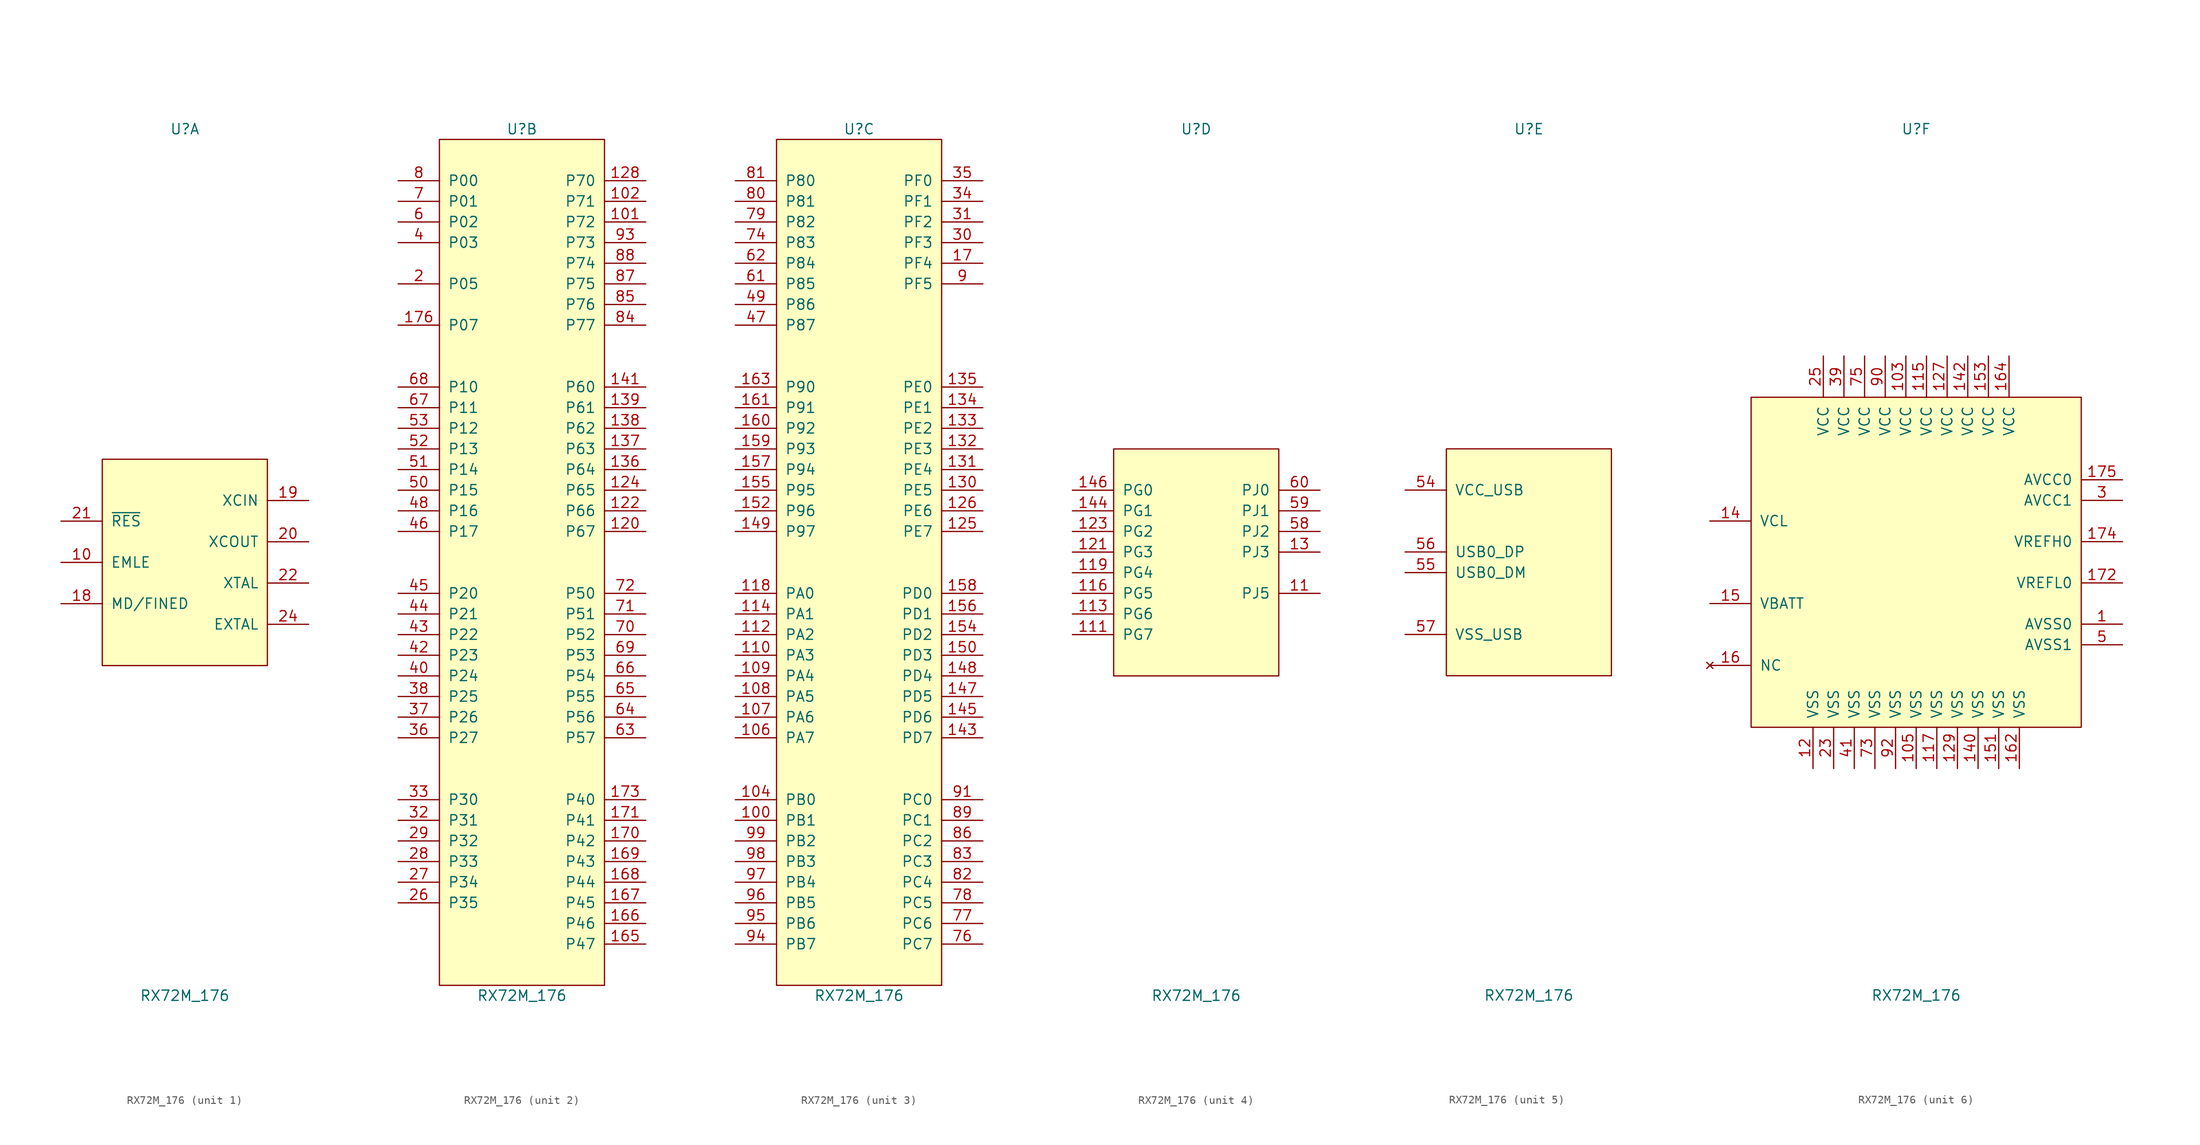
<source format=kicad_sym>
(kicad_symbol_lib
  (version 20211014)
  (generator kicad_symbol_editor)
  (symbol "RX72M_176"
    (pin_names
      (offset 1.016))
    (property "Reference" "U"
      (at 0 53.34 0)
      (effects (font (size 1.27 1.27))))
    (property "Value" "RX72M_176"
      (at 0 -53.34 0)
      (effects (font (size 1.27 1.27))))
    (property "ki_locked" ""
      (at 0 0 0)
      (effects (font (size 1.27 1.27))))
    (symbol "RX72M_176_1_1"
      (rectangle (start -10.16 12.7) (end 10.16 -12.7) (stroke (width 0) (type default) (color 0 0 0 0)) (fill (type background)))
      (pin bidirectional line (at -15.24 0 0) (length 5.08) (name "EMLE" (effects (font (size 1.27 1.27)))) (number "10" (effects (font (size 1.27 1.27)))))
      (pin bidirectional line (at -15.24 -5.08 0) (length 5.08) (name "MD/FINED" (effects (font (size 1.27 1.27)))) (number "18" (effects (font (size 1.27 1.27)))))
      (pin passive line (at 15.24 7.62 180) (length 5.08) (name "XCIN" (effects (font (size 1.27 1.27)))) (number "19" (effects (font (size 1.27 1.27)))))
      (pin passive line (at 15.24 2.54 180) (length 5.08) (name "XCOUT" (effects (font (size 1.27 1.27)))) (number "20" (effects (font (size 1.27 1.27)))))
      (pin input line (at -15.24 5.08 0) (length 5.08) (name "~{RES}" (effects (font (size 1.27 1.27)))) (number "21" (effects (font (size 1.27 1.27)))))
      (pin passive line (at 15.24 -2.54 180) (length 5.08) (name "XTAL" (effects (font (size 1.27 1.27)))) (number "22" (effects (font (size 1.27 1.27)))))
      (pin passive line (at 15.24 -7.62 180) (length 5.08) (name "EXTAL" (effects (font (size 1.27 1.27)))) (number "24" (effects (font (size 1.27 1.27))))))
    (symbol "RX72M_176_2_1"
      (rectangle (start -10.16 52.07) (end 10.16 -52.07) (stroke (width 0) (type default) (color 0 0 0 0)) (fill (type background)))
      (pin bidirectional line (at 15.24 41.91 180) (length 5.08) (name "P72" (effects (font (size 1.27 1.27)))) (number "101" (effects (font (size 1.27 1.27)))))
      (pin bidirectional line (at 15.24 44.45 180) (length 5.08) (name "P71" (effects (font (size 1.27 1.27)))) (number "102" (effects (font (size 1.27 1.27)))))
      (pin bidirectional line (at 15.24 3.81 180) (length 5.08) (name "P67" (effects (font (size 1.27 1.27)))) (number "120" (effects (font (size 1.27 1.27)))))
      (pin bidirectional line (at 15.24 6.35 180) (length 5.08) (name "P66" (effects (font (size 1.27 1.27)))) (number "122" (effects (font (size 1.27 1.27)))))
      (pin bidirectional line (at 15.24 8.89 180) (length 5.08) (name "P65" (effects (font (size 1.27 1.27)))) (number "124" (effects (font (size 1.27 1.27)))))
      (pin bidirectional line (at 15.24 46.99 180) (length 5.08) (name "P70" (effects (font (size 1.27 1.27)))) (number "128" (effects (font (size 1.27 1.27)))))
      (pin bidirectional line (at 15.24 11.43 180) (length 5.08) (name "P64" (effects (font (size 1.27 1.27)))) (number "136" (effects (font (size 1.27 1.27)))))
      (pin bidirectional line (at 15.24 13.97 180) (length 5.08) (name "P63" (effects (font (size 1.27 1.27)))) (number "137" (effects (font (size 1.27 1.27)))))
      (pin bidirectional line (at 15.24 16.51 180) (length 5.08) (name "P62" (effects (font (size 1.27 1.27)))) (number "138" (effects (font (size 1.27 1.27)))))
      (pin bidirectional line (at 15.24 19.05 180) (length 5.08) (name "P61" (effects (font (size 1.27 1.27)))) (number "139" (effects (font (size 1.27 1.27)))))
      (pin bidirectional line (at 15.24 21.59 180) (length 5.08) (name "P60" (effects (font (size 1.27 1.27)))) (number "141" (effects (font (size 1.27 1.27)))))
      (pin bidirectional line (at 15.24 -46.99 180) (length 5.08) (name "P47" (effects (font (size 1.27 1.27)))) (number "165" (effects (font (size 1.27 1.27)))))
      (pin bidirectional line (at 15.24 -44.45 180) (length 5.08) (name "P46" (effects (font (size 1.27 1.27)))) (number "166" (effects (font (size 1.27 1.27)))))
      (pin bidirectional line (at 15.24 -41.91 180) (length 5.08) (name "P45" (effects (font (size 1.27 1.27)))) (number "167" (effects (font (size 1.27 1.27)))))
      (pin bidirectional line (at 15.24 -39.37 180) (length 5.08) (name "P44" (effects (font (size 1.27 1.27)))) (number "168" (effects (font (size 1.27 1.27)))))
      (pin bidirectional line (at 15.24 -36.83 180) (length 5.08) (name "P43" (effects (font (size 1.27 1.27)))) (number "169" (effects (font (size 1.27 1.27)))))
      (pin bidirectional line (at 15.24 -34.29 180) (length 5.08) (name "P42" (effects (font (size 1.27 1.27)))) (number "170" (effects (font (size 1.27 1.27)))))
      (pin bidirectional line (at 15.24 -31.75 180) (length 5.08) (name "P41" (effects (font (size 1.27 1.27)))) (number "171" (effects (font (size 1.27 1.27)))))
      (pin bidirectional line (at 15.24 -29.21 180) (length 5.08) (name "P40" (effects (font (size 1.27 1.27)))) (number "173" (effects (font (size 1.27 1.27)))))
      (pin bidirectional line (at -15.24 29.21 0) (length 5.08) (name "P07" (effects (font (size 1.27 1.27)))) (number "176" (effects (font (size 1.27 1.27)))))
      (pin bidirectional line (at -15.24 34.29 0) (length 5.08) (name "P05" (effects (font (size 1.27 1.27)))) (number "2" (effects (font (size 1.27 1.27)))))
      (pin bidirectional line (at -15.24 -41.91 0) (length 5.08) (name "P35" (effects (font (size 1.27 1.27)))) (number "26" (effects (font (size 1.27 1.27)))))
      (pin bidirectional line (at -15.24 -39.37 0) (length 5.08) (name "P34" (effects (font (size 1.27 1.27)))) (number "27" (effects (font (size 1.27 1.27)))))
      (pin bidirectional line (at -15.24 -36.83 0) (length 5.08) (name "P33" (effects (font (size 1.27 1.27)))) (number "28" (effects (font (size 1.27 1.27)))))
      (pin bidirectional line (at -15.24 -34.29 0) (length 5.08) (name "P32" (effects (font (size 1.27 1.27)))) (number "29" (effects (font (size 1.27 1.27)))))
      (pin bidirectional line (at -15.24 -31.75 0) (length 5.08) (name "P31" (effects (font (size 1.27 1.27)))) (number "32" (effects (font (size 1.27 1.27)))))
      (pin bidirectional line (at -15.24 -29.21 0) (length 5.08) (name "P30" (effects (font (size 1.27 1.27)))) (number "33" (effects (font (size 1.27 1.27)))))
      (pin bidirectional line (at -15.24 -21.59 0) (length 5.08) (name "P27" (effects (font (size 1.27 1.27)))) (number "36" (effects (font (size 1.27 1.27)))))
      (pin bidirectional line (at -15.24 -19.05 0) (length 5.08) (name "P26" (effects (font (size 1.27 1.27)))) (number "37" (effects (font (size 1.27 1.27)))))
      (pin bidirectional line (at -15.24 -16.51 0) (length 5.08) (name "P25" (effects (font (size 1.27 1.27)))) (number "38" (effects (font (size 1.27 1.27)))))
      (pin bidirectional line (at -15.24 39.37 0) (length 5.08) (name "P03" (effects (font (size 1.27 1.27)))) (number "4" (effects (font (size 1.27 1.27)))))
      (pin bidirectional line (at -15.24 -13.97 0) (length 5.08) (name "P24" (effects (font (size 1.27 1.27)))) (number "40" (effects (font (size 1.27 1.27)))))
      (pin bidirectional line (at -15.24 -11.43 0) (length 5.08) (name "P23" (effects (font (size 1.27 1.27)))) (number "42" (effects (font (size 1.27 1.27)))))
      (pin bidirectional line (at -15.24 -8.89 0) (length 5.08) (name "P22" (effects (font (size 1.27 1.27)))) (number "43" (effects (font (size 1.27 1.27)))))
      (pin bidirectional line (at -15.24 -6.35 0) (length 5.08) (name "P21" (effects (font (size 1.27 1.27)))) (number "44" (effects (font (size 1.27 1.27)))))
      (pin bidirectional line (at -15.24 -3.81 0) (length 5.08) (name "P20" (effects (font (size 1.27 1.27)))) (number "45" (effects (font (size 1.27 1.27)))))
      (pin bidirectional line (at -15.24 3.81 0) (length 5.08) (name "P17" (effects (font (size 1.27 1.27)))) (number "46" (effects (font (size 1.27 1.27)))))
      (pin bidirectional line (at -15.24 6.35 0) (length 5.08) (name "P16" (effects (font (size 1.27 1.27)))) (number "48" (effects (font (size 1.27 1.27)))))
      (pin bidirectional line (at -15.24 8.89 0) (length 5.08) (name "P15" (effects (font (size 1.27 1.27)))) (number "50" (effects (font (size 1.27 1.27)))))
      (pin bidirectional line (at -15.24 11.43 0) (length 5.08) (name "P14" (effects (font (size 1.27 1.27)))) (number "51" (effects (font (size 1.27 1.27)))))
      (pin bidirectional line (at -15.24 13.97 0) (length 5.08) (name "P13" (effects (font (size 1.27 1.27)))) (number "52" (effects (font (size 1.27 1.27)))))
      (pin bidirectional line (at -15.24 16.51 0) (length 5.08) (name "P12" (effects (font (size 1.27 1.27)))) (number "53" (effects (font (size 1.27 1.27)))))
      (pin bidirectional line (at -15.24 41.91 0) (length 5.08) (name "P02" (effects (font (size 1.27 1.27)))) (number "6" (effects (font (size 1.27 1.27)))))
      (pin bidirectional line (at 15.24 -21.59 180) (length 5.08) (name "P57" (effects (font (size 1.27 1.27)))) (number "63" (effects (font (size 1.27 1.27)))))
      (pin bidirectional line (at 15.24 -19.05 180) (length 5.08) (name "P56" (effects (font (size 1.27 1.27)))) (number "64" (effects (font (size 1.27 1.27)))))
      (pin bidirectional line (at 15.24 -16.51 180) (length 5.08) (name "P55" (effects (font (size 1.27 1.27)))) (number "65" (effects (font (size 1.27 1.27)))))
      (pin bidirectional line (at 15.24 -13.97 180) (length 5.08) (name "P54" (effects (font (size 1.27 1.27)))) (number "66" (effects (font (size 1.27 1.27)))))
      (pin bidirectional line (at -15.24 19.05 0) (length 5.08) (name "P11" (effects (font (size 1.27 1.27)))) (number "67" (effects (font (size 1.27 1.27)))))
      (pin bidirectional line (at -15.24 21.59 0) (length 5.08) (name "P10" (effects (font (size 1.27 1.27)))) (number "68" (effects (font (size 1.27 1.27)))))
      (pin bidirectional line (at 15.24 -11.43 180) (length 5.08) (name "P53" (effects (font (size 1.27 1.27)))) (number "69" (effects (font (size 1.27 1.27)))))
      (pin bidirectional line (at -15.24 44.45 0) (length 5.08) (name "P01" (effects (font (size 1.27 1.27)))) (number "7" (effects (font (size 1.27 1.27)))))
      (pin bidirectional line (at 15.24 -8.89 180) (length 5.08) (name "P52" (effects (font (size 1.27 1.27)))) (number "70" (effects (font (size 1.27 1.27)))))
      (pin bidirectional line (at 15.24 -6.35 180) (length 5.08) (name "P51" (effects (font (size 1.27 1.27)))) (number "71" (effects (font (size 1.27 1.27)))))
      (pin bidirectional line (at 15.24 -3.81 180) (length 5.08) (name "P50" (effects (font (size 1.27 1.27)))) (number "72" (effects (font (size 1.27 1.27)))))
      (pin bidirectional line (at -15.24 46.99 0) (length 5.08) (name "P00" (effects (font (size 1.27 1.27)))) (number "8" (effects (font (size 1.27 1.27)))))
      (pin bidirectional line (at 15.24 29.21 180) (length 5.08) (name "P77" (effects (font (size 1.27 1.27)))) (number "84" (effects (font (size 1.27 1.27)))))
      (pin bidirectional line (at 15.24 31.75 180) (length 5.08) (name "P76" (effects (font (size 1.27 1.27)))) (number "85" (effects (font (size 1.27 1.27)))))
      (pin bidirectional line (at 15.24 34.29 180) (length 5.08) (name "P75" (effects (font (size 1.27 1.27)))) (number "87" (effects (font (size 1.27 1.27)))))
      (pin bidirectional line (at 15.24 36.83 180) (length 5.08) (name "P74" (effects (font (size 1.27 1.27)))) (number "88" (effects (font (size 1.27 1.27)))))
      (pin bidirectional line (at 15.24 39.37 180) (length 5.08) (name "P73" (effects (font (size 1.27 1.27)))) (number "93" (effects (font (size 1.27 1.27))))))
    (symbol "RX72M_176_3_1"
      (rectangle (start -10.16 52.07) (end 10.16 -52.07) (stroke (width 0) (type default) (color 0 0 0 0)) (fill (type background)))
      (pin bidirectional line (at -15.24 -31.75 0) (length 5.08) (name "PB1" (effects (font (size 1.27 1.27)))) (number "100" (effects (font (size 1.27 1.27)))))
      (pin bidirectional line (at -15.24 -29.21 0) (length 5.08) (name "PB0" (effects (font (size 1.27 1.27)))) (number "104" (effects (font (size 1.27 1.27)))))
      (pin bidirectional line (at -15.24 -21.59 0) (length 5.08) (name "PA7" (effects (font (size 1.27 1.27)))) (number "106" (effects (font (size 1.27 1.27)))))
      (pin bidirectional line (at -15.24 -19.05 0) (length 5.08) (name "PA6" (effects (font (size 1.27 1.27)))) (number "107" (effects (font (size 1.27 1.27)))))
      (pin bidirectional line (at -15.24 -16.51 0) (length 5.08) (name "PA5" (effects (font (size 1.27 1.27)))) (number "108" (effects (font (size 1.27 1.27)))))
      (pin bidirectional line (at -15.24 -13.97 0) (length 5.08) (name "PA4" (effects (font (size 1.27 1.27)))) (number "109" (effects (font (size 1.27 1.27)))))
      (pin bidirectional line (at -15.24 -11.43 0) (length 5.08) (name "PA3" (effects (font (size 1.27 1.27)))) (number "110" (effects (font (size 1.27 1.27)))))
      (pin bidirectional line (at -15.24 -8.89 0) (length 5.08) (name "PA2" (effects (font (size 1.27 1.27)))) (number "112" (effects (font (size 1.27 1.27)))))
      (pin bidirectional line (at -15.24 -6.35 0) (length 5.08) (name "PA1" (effects (font (size 1.27 1.27)))) (number "114" (effects (font (size 1.27 1.27)))))
      (pin bidirectional line (at -15.24 -3.81 0) (length 5.08) (name "PA0" (effects (font (size 1.27 1.27)))) (number "118" (effects (font (size 1.27 1.27)))))
      (pin bidirectional line (at 15.24 3.81 180) (length 5.08) (name "PE7" (effects (font (size 1.27 1.27)))) (number "125" (effects (font (size 1.27 1.27)))))
      (pin bidirectional line (at 15.24 6.35 180) (length 5.08) (name "PE6" (effects (font (size 1.27 1.27)))) (number "126" (effects (font (size 1.27 1.27)))))
      (pin bidirectional line (at 15.24 8.89 180) (length 5.08) (name "PE5" (effects (font (size 1.27 1.27)))) (number "130" (effects (font (size 1.27 1.27)))))
      (pin bidirectional line (at 15.24 11.43 180) (length 5.08) (name "PE4" (effects (font (size 1.27 1.27)))) (number "131" (effects (font (size 1.27 1.27)))))
      (pin bidirectional line (at 15.24 13.97 180) (length 5.08) (name "PE3" (effects (font (size 1.27 1.27)))) (number "132" (effects (font (size 1.27 1.27)))))
      (pin bidirectional line (at 15.24 16.51 180) (length 5.08) (name "PE2" (effects (font (size 1.27 1.27)))) (number "133" (effects (font (size 1.27 1.27)))))
      (pin bidirectional line (at 15.24 19.05 180) (length 5.08) (name "PE1" (effects (font (size 1.27 1.27)))) (number "134" (effects (font (size 1.27 1.27)))))
      (pin bidirectional line (at 15.24 21.59 180) (length 5.08) (name "PE0" (effects (font (size 1.27 1.27)))) (number "135" (effects (font (size 1.27 1.27)))))
      (pin bidirectional line (at 15.24 -21.59 180) (length 5.08) (name "PD7" (effects (font (size 1.27 1.27)))) (number "143" (effects (font (size 1.27 1.27)))))
      (pin bidirectional line (at 15.24 -19.05 180) (length 5.08) (name "PD6" (effects (font (size 1.27 1.27)))) (number "145" (effects (font (size 1.27 1.27)))))
      (pin bidirectional line (at 15.24 -16.51 180) (length 5.08) (name "PD5" (effects (font (size 1.27 1.27)))) (number "147" (effects (font (size 1.27 1.27)))))
      (pin bidirectional line (at 15.24 -13.97 180) (length 5.08) (name "PD4" (effects (font (size 1.27 1.27)))) (number "148" (effects (font (size 1.27 1.27)))))
      (pin bidirectional line (at -15.24 3.81 0) (length 5.08) (name "P97" (effects (font (size 1.27 1.27)))) (number "149" (effects (font (size 1.27 1.27)))))
      (pin bidirectional line (at 15.24 -11.43 180) (length 5.08) (name "PD3" (effects (font (size 1.27 1.27)))) (number "150" (effects (font (size 1.27 1.27)))))
      (pin bidirectional line (at -15.24 6.35 0) (length 5.08) (name "P96" (effects (font (size 1.27 1.27)))) (number "152" (effects (font (size 1.27 1.27)))))
      (pin bidirectional line (at 15.24 -8.89 180) (length 5.08) (name "PD2" (effects (font (size 1.27 1.27)))) (number "154" (effects (font (size 1.27 1.27)))))
      (pin bidirectional line (at -15.24 8.89 0) (length 5.08) (name "P95" (effects (font (size 1.27 1.27)))) (number "155" (effects (font (size 1.27 1.27)))))
      (pin bidirectional line (at 15.24 -6.35 180) (length 5.08) (name "PD1" (effects (font (size 1.27 1.27)))) (number "156" (effects (font (size 1.27 1.27)))))
      (pin bidirectional line (at -15.24 11.43 0) (length 5.08) (name "P94" (effects (font (size 1.27 1.27)))) (number "157" (effects (font (size 1.27 1.27)))))
      (pin bidirectional line (at 15.24 -3.81 180) (length 5.08) (name "PD0" (effects (font (size 1.27 1.27)))) (number "158" (effects (font (size 1.27 1.27)))))
      (pin bidirectional line (at -15.24 13.97 0) (length 5.08) (name "P93" (effects (font (size 1.27 1.27)))) (number "159" (effects (font (size 1.27 1.27)))))
      (pin bidirectional line (at -15.24 16.51 0) (length 5.08) (name "P92" (effects (font (size 1.27 1.27)))) (number "160" (effects (font (size 1.27 1.27)))))
      (pin bidirectional line (at -15.24 19.05 0) (length 5.08) (name "P91" (effects (font (size 1.27 1.27)))) (number "161" (effects (font (size 1.27 1.27)))))
      (pin bidirectional line (at -15.24 21.59 0) (length 5.08) (name "P90" (effects (font (size 1.27 1.27)))) (number "163" (effects (font (size 1.27 1.27)))))
      (pin bidirectional line (at 15.24 36.83 180) (length 5.08) (name "PF4" (effects (font (size 1.27 1.27)))) (number "17" (effects (font (size 1.27 1.27)))))
      (pin bidirectional line (at 15.24 39.37 180) (length 5.08) (name "PF3" (effects (font (size 1.27 1.27)))) (number "30" (effects (font (size 1.27 1.27)))))
      (pin bidirectional line (at 15.24 41.91 180) (length 5.08) (name "PF2" (effects (font (size 1.27 1.27)))) (number "31" (effects (font (size 1.27 1.27)))))
      (pin bidirectional line (at 15.24 44.45 180) (length 5.08) (name "PF1" (effects (font (size 1.27 1.27)))) (number "34" (effects (font (size 1.27 1.27)))))
      (pin bidirectional line (at 15.24 46.99 180) (length 5.08) (name "PF0" (effects (font (size 1.27 1.27)))) (number "35" (effects (font (size 1.27 1.27)))))
      (pin bidirectional line (at -15.24 29.21 0) (length 5.08) (name "P87" (effects (font (size 1.27 1.27)))) (number "47" (effects (font (size 1.27 1.27)))))
      (pin bidirectional line (at -15.24 31.75 0) (length 5.08) (name "P86" (effects (font (size 1.27 1.27)))) (number "49" (effects (font (size 1.27 1.27)))))
      (pin bidirectional line (at -15.24 34.29 0) (length 5.08) (name "P85" (effects (font (size 1.27 1.27)))) (number "61" (effects (font (size 1.27 1.27)))))
      (pin bidirectional line (at -15.24 36.83 0) (length 5.08) (name "P84" (effects (font (size 1.27 1.27)))) (number "62" (effects (font (size 1.27 1.27)))))
      (pin bidirectional line (at -15.24 39.37 0) (length 5.08) (name "P83" (effects (font (size 1.27 1.27)))) (number "74" (effects (font (size 1.27 1.27)))))
      (pin bidirectional line (at 15.24 -46.99 180) (length 5.08) (name "PC7" (effects (font (size 1.27 1.27)))) (number "76" (effects (font (size 1.27 1.27)))))
      (pin bidirectional line (at 15.24 -44.45 180) (length 5.08) (name "PC6" (effects (font (size 1.27 1.27)))) (number "77" (effects (font (size 1.27 1.27)))))
      (pin bidirectional line (at 15.24 -41.91 180) (length 5.08) (name "PC5" (effects (font (size 1.27 1.27)))) (number "78" (effects (font (size 1.27 1.27)))))
      (pin bidirectional line (at -15.24 41.91 0) (length 5.08) (name "P82" (effects (font (size 1.27 1.27)))) (number "79" (effects (font (size 1.27 1.27)))))
      (pin bidirectional line (at -15.24 44.45 0) (length 5.08) (name "P81" (effects (font (size 1.27 1.27)))) (number "80" (effects (font (size 1.27 1.27)))))
      (pin bidirectional line (at -15.24 46.99 0) (length 5.08) (name "P80" (effects (font (size 1.27 1.27)))) (number "81" (effects (font (size 1.27 1.27)))))
      (pin bidirectional line (at 15.24 -39.37 180) (length 5.08) (name "PC4" (effects (font (size 1.27 1.27)))) (number "82" (effects (font (size 1.27 1.27)))))
      (pin bidirectional line (at 15.24 -36.83 180) (length 5.08) (name "PC3" (effects (font (size 1.27 1.27)))) (number "83" (effects (font (size 1.27 1.27)))))
      (pin bidirectional line (at 15.24 -34.29 180) (length 5.08) (name "PC2" (effects (font (size 1.27 1.27)))) (number "86" (effects (font (size 1.27 1.27)))))
      (pin bidirectional line (at 15.24 -31.75 180) (length 5.08) (name "PC1" (effects (font (size 1.27 1.27)))) (number "89" (effects (font (size 1.27 1.27)))))
      (pin bidirectional line (at 15.24 34.29 180) (length 5.08) (name "PF5" (effects (font (size 1.27 1.27)))) (number "9" (effects (font (size 1.27 1.27)))))
      (pin bidirectional line (at 15.24 -29.21 180) (length 5.08) (name "PC0" (effects (font (size 1.27 1.27)))) (number "91" (effects (font (size 1.27 1.27)))))
      (pin bidirectional line (at -15.24 -46.99 0) (length 5.08) (name "PB7" (effects (font (size 1.27 1.27)))) (number "94" (effects (font (size 1.27 1.27)))))
      (pin bidirectional line (at -15.24 -44.45 0) (length 5.08) (name "PB6" (effects (font (size 1.27 1.27)))) (number "95" (effects (font (size 1.27 1.27)))))
      (pin bidirectional line (at -15.24 -41.91 0) (length 5.08) (name "PB5" (effects (font (size 1.27 1.27)))) (number "96" (effects (font (size 1.27 1.27)))))
      (pin bidirectional line (at -15.24 -39.37 0) (length 5.08) (name "PB4" (effects (font (size 1.27 1.27)))) (number "97" (effects (font (size 1.27 1.27)))))
      (pin bidirectional line (at -15.24 -36.83 0) (length 5.08) (name "PB3" (effects (font (size 1.27 1.27)))) (number "98" (effects (font (size 1.27 1.27)))))
      (pin bidirectional line (at -15.24 -34.29 0) (length 5.08) (name "PB2" (effects (font (size 1.27 1.27)))) (number "99" (effects (font (size 1.27 1.27))))))
    (symbol "RX72M_176_4_1"
      (rectangle (start -10.16 13.97) (end 10.16 -13.97) (stroke (width 0) (type default) (color 0 0 0 0)) (fill (type background)))
      (pin bidirectional line (at 15.24 -3.81 180) (length 5.08) (name "PJ5" (effects (font (size 1.27 1.27)))) (number "11" (effects (font (size 1.27 1.27)))))
      (pin bidirectional line (at -15.24 -8.89 0) (length 5.08) (name "PG7" (effects (font (size 1.27 1.27)))) (number "111" (effects (font (size 1.27 1.27)))))
      (pin bidirectional line (at -15.24 -6.35 0) (length 5.08) (name "PG6" (effects (font (size 1.27 1.27)))) (number "113" (effects (font (size 1.27 1.27)))))
      (pin bidirectional line (at -15.24 -3.81 0) (length 5.08) (name "PG5" (effects (font (size 1.27 1.27)))) (number "116" (effects (font (size 1.27 1.27)))))
      (pin bidirectional line (at -15.24 -1.27 0) (length 5.08) (name "PG4" (effects (font (size 1.27 1.27)))) (number "119" (effects (font (size 1.27 1.27)))))
      (pin bidirectional line (at -15.24 1.27 0) (length 5.08) (name "PG3" (effects (font (size 1.27 1.27)))) (number "121" (effects (font (size 1.27 1.27)))))
      (pin bidirectional line (at -15.24 3.81 0) (length 5.08) (name "PG2" (effects (font (size 1.27 1.27)))) (number "123" (effects (font (size 1.27 1.27)))))
      (pin bidirectional line (at 15.24 1.27 180) (length 5.08) (name "PJ3" (effects (font (size 1.27 1.27)))) (number "13" (effects (font (size 1.27 1.27)))))
      (pin bidirectional line (at -15.24 6.35 0) (length 5.08) (name "PG1" (effects (font (size 1.27 1.27)))) (number "144" (effects (font (size 1.27 1.27)))))
      (pin bidirectional line (at -15.24 8.89 0) (length 5.08) (name "PG0" (effects (font (size 1.27 1.27)))) (number "146" (effects (font (size 1.27 1.27)))))
      (pin bidirectional line (at 15.24 3.81 180) (length 5.08) (name "PJ2" (effects (font (size 1.27 1.27)))) (number "58" (effects (font (size 1.27 1.27)))))
      (pin bidirectional line (at 15.24 6.35 180) (length 5.08) (name "PJ1" (effects (font (size 1.27 1.27)))) (number "59" (effects (font (size 1.27 1.27)))))
      (pin bidirectional line (at 15.24 8.89 180) (length 5.08) (name "PJ0" (effects (font (size 1.27 1.27)))) (number "60" (effects (font (size 1.27 1.27))))))
    (symbol "RX72M_176_5_1"
      (rectangle (start -10.16 13.97) (end 10.16 -13.97) (stroke (width 0) (type default) (color 0 0 0 0)) (fill (type background)))
      (pin input line (at -15.24 8.89 0) (length 5.08) (name "VCC_USB" (effects (font (size 1.27 1.27)))) (number "54" (effects (font (size 1.27 1.27)))))
      (pin input line (at -15.24 -1.27 0) (length 5.08) (name "USB0_DM" (effects (font (size 1.27 1.27)))) (number "55" (effects (font (size 1.27 1.27)))))
      (pin input line (at -15.24 1.27 0) (length 5.08) (name "USB0_DP" (effects (font (size 1.27 1.27)))) (number "56" (effects (font (size 1.27 1.27)))))
      (pin input line (at -15.24 -8.89 0) (length 5.08) (name "VSS_USB" (effects (font (size 1.27 1.27)))) (number "57" (effects (font (size 1.27 1.27))))))
    (symbol "RX72M_176_6_1"
      (rectangle (start -20.32 20.32) (end 20.32 -20.32) (stroke (width 0) (type default) (color 0 0 0 0)) (fill (type background)))
      (pin input line (at 25.4 -7.62 180) (length 5.08) (name "AVSS0" (effects (font (size 1.27 1.27)))) (number "1" (effects (font (size 1.27 1.27)))))
      (pin power_in line (at -1.27 25.4 270) (length 5.08) (name "VCC" (effects (font (size 1.27 1.27)))) (number "103" (effects (font (size 1.27 1.27)))))
      (pin power_in line (at 0 -25.4 90) (length 5.08) (name "VSS" (effects (font (size 1.27 1.27)))) (number "105" (effects (font (size 1.27 1.27)))))
      (pin power_in line (at 1.27 25.4 270) (length 5.08) (name "VCC" (effects (font (size 1.27 1.27)))) (number "115" (effects (font (size 1.27 1.27)))))
      (pin power_in line (at 2.54 -25.4 90) (length 5.08) (name "VSS" (effects (font (size 1.27 1.27)))) (number "117" (effects (font (size 1.27 1.27)))))
      (pin power_in line (at -12.7 -25.4 90) (length 5.08) (name "VSS" (effects (font (size 1.27 1.27)))) (number "12" (effects (font (size 1.27 1.27)))))
      (pin power_in line (at 3.81 25.4 270) (length 5.08) (name "VCC" (effects (font (size 1.27 1.27)))) (number "127" (effects (font (size 1.27 1.27)))))
      (pin power_in line (at 5.08 -25.4 90) (length 5.08) (name "VSS" (effects (font (size 1.27 1.27)))) (number "129" (effects (font (size 1.27 1.27)))))
      (pin input line (at -25.4 5.08 0) (length 5.08) (name "VCL" (effects (font (size 1.27 1.27)))) (number "14" (effects (font (size 1.27 1.27)))))
      (pin power_in line (at 7.62 -25.4 90) (length 5.08) (name "VSS" (effects (font (size 1.27 1.27)))) (number "140" (effects (font (size 1.27 1.27)))))
      (pin power_in line (at 6.35 25.4 270) (length 5.08) (name "VCC" (effects (font (size 1.27 1.27)))) (number "142" (effects (font (size 1.27 1.27)))))
      (pin input line (at -25.4 -5.08 0) (length 5.08) (name "VBATT" (effects (font (size 1.27 1.27)))) (number "15" (effects (font (size 1.27 1.27)))))
      (pin power_in line (at 10.16 -25.4 90) (length 5.08) (name "VSS" (effects (font (size 1.27 1.27)))) (number "151" (effects (font (size 1.27 1.27)))))
      (pin power_in line (at 8.89 25.4 270) (length 5.08) (name "VCC" (effects (font (size 1.27 1.27)))) (number "153" (effects (font (size 1.27 1.27)))))
      (pin no_connect line (at -25.4 -12.7 0) (length 5.08) (name "NC" (effects (font (size 1.27 1.27)))) (number "16" (effects (font (size 1.27 1.27)))))
      (pin power_in line (at 12.7 -25.4 90) (length 5.08) (name "VSS" (effects (font (size 1.27 1.27)))) (number "162" (effects (font (size 1.27 1.27)))))
      (pin power_in line (at 11.43 25.4 270) (length 5.08) (name "VCC" (effects (font (size 1.27 1.27)))) (number "164" (effects (font (size 1.27 1.27)))))
      (pin input line (at 25.4 -2.54 180) (length 5.08) (name "VREFL0" (effects (font (size 1.27 1.27)))) (number "172" (effects (font (size 1.27 1.27)))))
      (pin input line (at 25.4 2.54 180) (length 5.08) (name "VREFH0" (effects (font (size 1.27 1.27)))) (number "174" (effects (font (size 1.27 1.27)))))
      (pin input line (at 25.4 10.16 180) (length 5.08) (name "AVCC0" (effects (font (size 1.27 1.27)))) (number "175" (effects (font (size 1.27 1.27)))))
      (pin power_in line (at -10.16 -25.4 90) (length 5.08) (name "VSS" (effects (font (size 1.27 1.27)))) (number "23" (effects (font (size 1.27 1.27)))))
      (pin power_in line (at -11.43 25.4 270) (length 5.08) (name "VCC" (effects (font (size 1.27 1.27)))) (number "25" (effects (font (size 1.27 1.27)))))
      (pin input line (at 25.4 7.62 180) (length 5.08) (name "AVCC1" (effects (font (size 1.27 1.27)))) (number "3" (effects (font (size 1.27 1.27)))))
      (pin power_in line (at -8.89 25.4 270) (length 5.08) (name "VCC" (effects (font (size 1.27 1.27)))) (number "39" (effects (font (size 1.27 1.27)))))
      (pin power_in line (at -7.62 -25.4 90) (length 5.08) (name "VSS" (effects (font (size 1.27 1.27)))) (number "41" (effects (font (size 1.27 1.27)))))
      (pin input line (at 25.4 -10.16 180) (length 5.08) (name "AVSS1" (effects (font (size 1.27 1.27)))) (number "5" (effects (font (size 1.27 1.27)))))
      (pin power_in line (at -5.08 -25.4 90) (length 5.08) (name "VSS" (effects (font (size 1.27 1.27)))) (number "73" (effects (font (size 1.27 1.27)))))
      (pin power_in line (at -6.35 25.4 270) (length 5.08) (name "VCC" (effects (font (size 1.27 1.27)))) (number "75" (effects (font (size 1.27 1.27)))))
      (pin power_in line (at -3.81 25.4 270) (length 5.08) (name "VCC" (effects (font (size 1.27 1.27)))) (number "90" (effects (font (size 1.27 1.27)))))
      (pin power_in line (at -2.54 -25.4 90) (length 5.08) (name "VSS" (effects (font (size 1.27 1.27)))) (number "92" (effects (font (size 1.27 1.27))))))))
</source>
